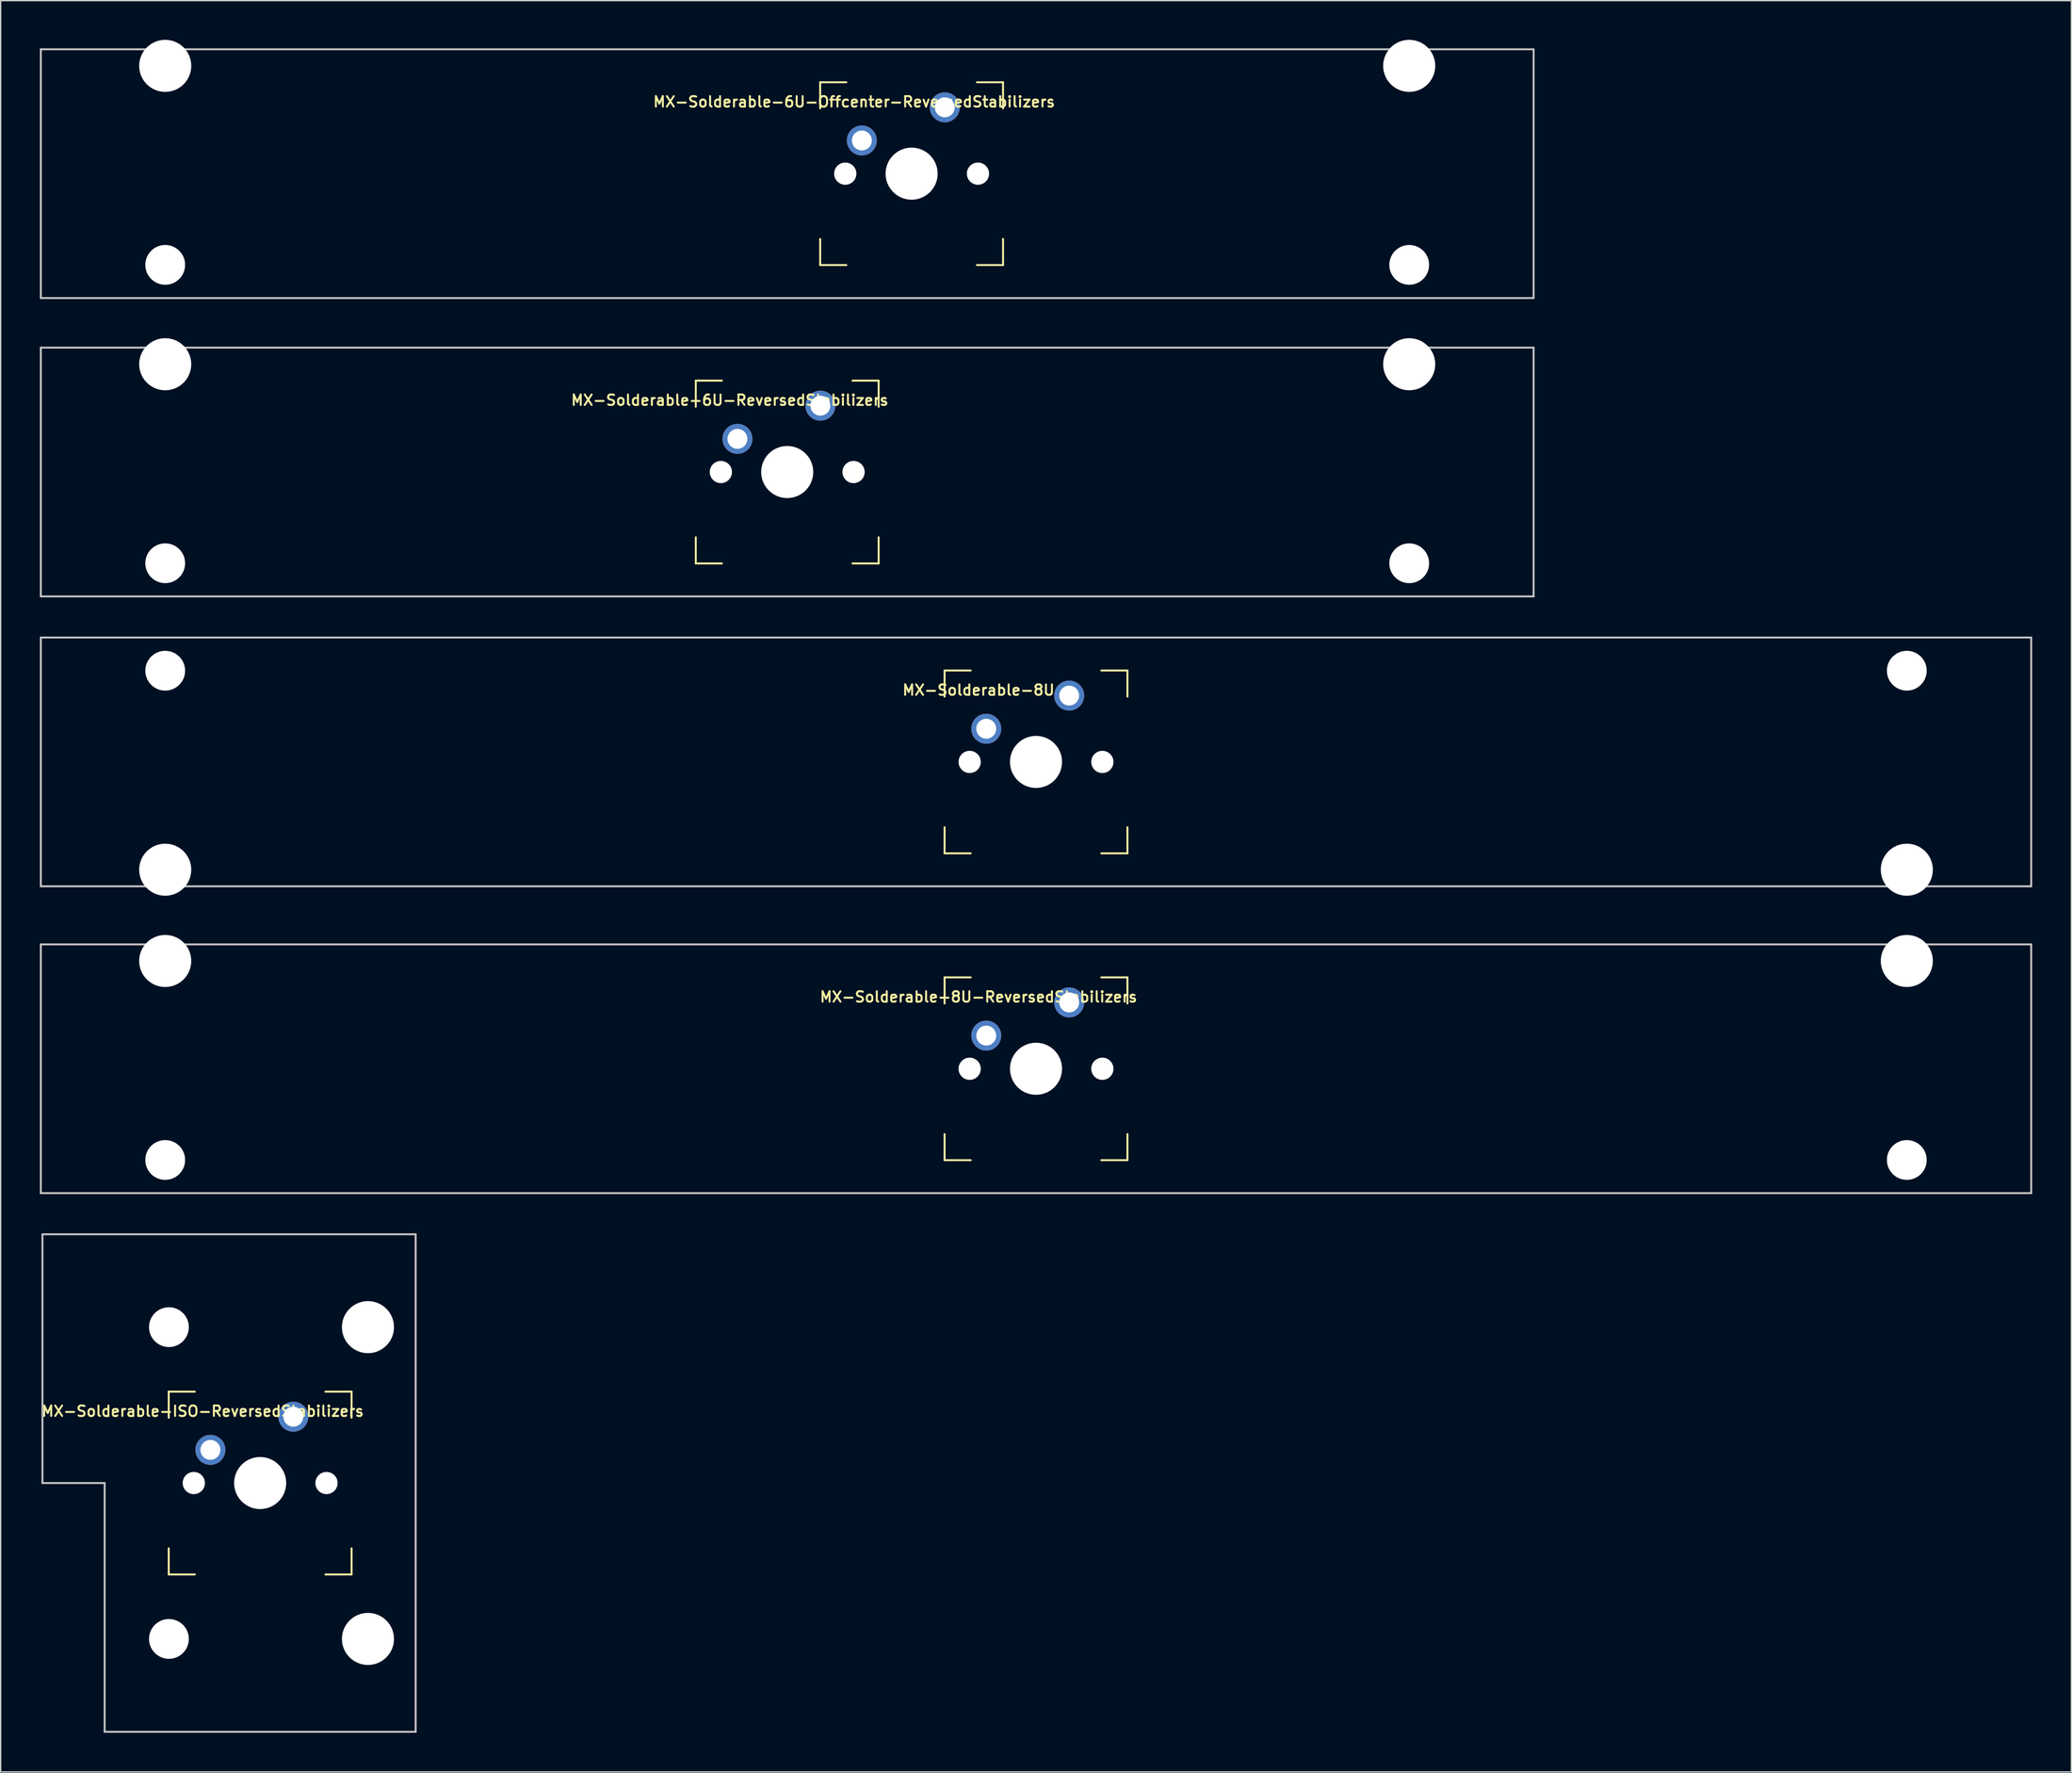
<source format=kicad_pcb>
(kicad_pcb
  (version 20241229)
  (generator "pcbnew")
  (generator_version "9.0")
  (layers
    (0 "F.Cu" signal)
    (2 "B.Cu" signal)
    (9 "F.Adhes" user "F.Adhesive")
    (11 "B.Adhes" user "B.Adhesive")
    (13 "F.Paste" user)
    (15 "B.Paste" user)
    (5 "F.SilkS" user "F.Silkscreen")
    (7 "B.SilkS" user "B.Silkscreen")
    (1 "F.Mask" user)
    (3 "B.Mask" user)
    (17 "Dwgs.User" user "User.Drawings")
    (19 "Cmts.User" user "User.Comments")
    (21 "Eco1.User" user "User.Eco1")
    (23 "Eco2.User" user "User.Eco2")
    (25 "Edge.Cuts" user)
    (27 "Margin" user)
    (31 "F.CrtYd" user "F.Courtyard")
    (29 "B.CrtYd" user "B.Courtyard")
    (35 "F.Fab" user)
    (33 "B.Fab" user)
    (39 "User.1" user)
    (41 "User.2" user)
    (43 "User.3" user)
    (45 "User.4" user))
  (footprint "MX-Solderable-6U-Offcenter-ReversedStabilizers"
    (layer "F.Cu")
    (at 66.75 10.249)
    (property "Reference" "MX-Solderable-6U-Offcenter-ReversedStabilizers" (at -4.4 -5.5 0) (layer "F.SilkS") (effects (font (size 0.8 0.8) (thickness 0.15))))
    (attr through_hole)
    (fp_line (start -7 -7) (end -7 -5) (stroke (width 0.15) (type solid)) (layer "F.SilkS"))
    (fp_line (start -7 5) (end -7 7) (stroke (width 0.15) (type solid)) (layer "F.SilkS"))
    (fp_line (start -7 7) (end -5 7) (stroke (width 0.15) (type solid)) (layer "F.SilkS"))
    (fp_line (start -5 -7) (end -7 -7) (stroke (width 0.15) (type solid)) (layer "F.SilkS"))
    (fp_line (start 5 -7) (end 7 -7) (stroke (width 0.15) (type solid)) (layer "F.SilkS"))
    (fp_line (start 5 7) (end 7 7) (stroke (width 0.15) (type solid)) (layer "F.SilkS"))
    (fp_line (start 7 -7) (end 7 -5) (stroke (width 0.15) (type solid)) (layer "F.SilkS"))
    (fp_line (start 7 7) (end 7 5) (stroke (width 0.15) (type solid)) (layer "F.SilkS"))
    (fp_line (start -66.675 -9.525) (end 47.625 -9.525) (stroke (width 0.15) (type solid)) (layer "Dwgs.User"))
    (fp_line (start -66.675 9.525) (end -66.675 -9.525) (stroke (width 0.15) (type solid)) (layer "Dwgs.User"))
    (fp_line (start -66.675 9.525) (end 47.625 9.525) (stroke (width 0.15) (type solid)) (layer "Dwgs.User"))
    (fp_line (start 47.625 9.525) (end 47.625 -9.525) (stroke (width 0.15) (type solid)) (layer "Dwgs.User"))
    (pad "" np_thru_hole circle (at -57.15 -8.255) (size 3.988 3.988) (drill 3.988) (layers "*.Cu" "*.Mask"))
    (pad "" np_thru_hole circle (at -57.15 6.985) (size 3.048 3.048) (drill 3.048) (layers "*.Cu" "*.Mask"))
    (pad "" np_thru_hole circle (at -5.08 0 48.099) (size 1.702 1.702) (drill 1.702) (layers "*.Cu" "*.Mask"))
    (pad "" np_thru_hole circle (at 0 0) (size 3.988 3.988) (drill 3.988) (layers "*.Cu" "*.Mask"))
    (pad "" np_thru_hole circle (at 5.08 0 48.099) (size 1.702 1.702) (drill 1.702) (layers "*.Cu" "*.Mask"))
    (pad "" np_thru_hole circle (at 38.1 -8.255) (size 3.988 3.988) (drill 3.988) (layers "*.Cu" "*.Mask"))
    (pad "" np_thru_hole circle (at 38.1 6.985) (size 3.048 3.048) (drill 3.048) (layers "*.Cu" "*.Mask"))
    (pad "1" thru_hole circle (at -3.81 -2.54) (size 2.3 2.3) (drill 1.524) (layers "*.Cu" "B.Mask"))
    (pad "2" thru_hole circle (at 2.54 -5.08) (size 2.3 2.3) (drill 1.524) (layers "*.Cu" "B.Mask")))
  (footprint "MX-Solderable-ISO-ReversedStabilizers"
    (layer "F.Cu")
    (at 16.869 110.521)
    (property "Reference" "MX-Solderable-ISO-ReversedStabilizers" (at -4.4 -5.5 0) (layer "F.SilkS") (effects (font (size 0.8 0.8) (thickness 0.15))))
    (attr through_hole)
    (fp_line (start -7 -7) (end -7 -5) (stroke (width 0.15) (type solid)) (layer "F.SilkS"))
    (fp_line (start -7 5) (end -7 7) (stroke (width 0.15) (type solid)) (layer "F.SilkS"))
    (fp_line (start -7 7) (end -5 7) (stroke (width 0.15) (type solid)) (layer "F.SilkS"))
    (fp_line (start -5 -7) (end -7 -7) (stroke (width 0.15) (type solid)) (layer "F.SilkS"))
    (fp_line (start 5 -7) (end 7 -7) (stroke (width 0.15) (type solid)) (layer "F.SilkS"))
    (fp_line (start 5 7) (end 7 7) (stroke (width 0.15) (type solid)) (layer "F.SilkS"))
    (fp_line (start 7 -7) (end 7 -5) (stroke (width 0.15) (type solid)) (layer "F.SilkS"))
    (fp_line (start 7 7) (end 7 5) (stroke (width 0.15) (type solid)) (layer "F.SilkS"))
    (fp_line (start -16.669 -19.05) (end -16.669 0) (stroke (width 0.15) (type solid)) (layer "Dwgs.User"))
    (fp_line (start -16.669 -19.05) (end 11.906 -19.05) (stroke (width 0.15) (type solid)) (layer "Dwgs.User"))
    (fp_line (start -11.906 0) (end -16.669 0) (stroke (width 0.15) (type solid)) (layer "Dwgs.User"))
    (fp_line (start -11.906 19.05) (end -11.906 0) (stroke (width 0.15) (type solid)) (layer "Dwgs.User"))
    (fp_line (start -11.906 19.05) (end 11.906 19.05) (stroke (width 0.15) (type solid)) (layer "Dwgs.User"))
    (fp_line (start 11.906 -19.05) (end 11.906 19.05) (stroke (width 0.15) (type solid)) (layer "Dwgs.User"))
    (pad "" np_thru_hole circle (at -6.985 -11.938) (size 3.048 3.048) (drill 3.048) (layers "*.Cu" "*.Mask"))
    (pad "" np_thru_hole circle (at -6.985 11.938) (size 3.048 3.048) (drill 3.048) (layers "*.Cu" "*.Mask"))
    (pad "" np_thru_hole circle (at -5.08 0 48.099) (size 1.702 1.702) (drill 1.702) (layers "*.Cu" "*.Mask"))
    (pad "" np_thru_hole circle (at 0 0) (size 3.988 3.988) (drill 3.988) (layers "*.Cu" "*.Mask"))
    (pad "" np_thru_hole circle (at 5.08 0 48.099) (size 1.702 1.702) (drill 1.702) (layers "*.Cu" "*.Mask"))
    (pad "" np_thru_hole circle (at 8.255 -11.938) (size 3.988 3.988) (drill 3.988) (layers "*.Cu" "*.Mask"))
    (pad "" np_thru_hole circle (at 8.255 11.938) (size 3.988 3.988) (drill 3.988) (layers "*.Cu" "*.Mask"))
    (pad "1" thru_hole circle (at -3.81 -2.54) (size 2.3 2.3) (drill 1.524) (layers "*.Cu" "B.Mask"))
    (pad "2" thru_hole circle (at 2.54 -5.08) (size 2.3 2.3) (drill 1.524) (layers "*.Cu" "B.Mask")))
  (footprint "MX-Solderable-6U-ReversedStabilizers"
    (layer "F.Cu")
    (at 57.225 33.098)
    (property "Reference" "MX-Solderable-6U-ReversedStabilizers" (at -4.4 -5.5 0) (layer "F.SilkS") (effects (font (size 0.8 0.8) (thickness 0.15))))
    (attr through_hole)
    (fp_line (start -7 -7) (end -7 -5) (stroke (width 0.15) (type solid)) (layer "F.SilkS"))
    (fp_line (start -7 5) (end -7 7) (stroke (width 0.15) (type solid)) (layer "F.SilkS"))
    (fp_line (start -7 7) (end -5 7) (stroke (width 0.15) (type solid)) (layer "F.SilkS"))
    (fp_line (start -5 -7) (end -7 -7) (stroke (width 0.15) (type solid)) (layer "F.SilkS"))
    (fp_line (start 5 -7) (end 7 -7) (stroke (width 0.15) (type solid)) (layer "F.SilkS"))
    (fp_line (start 5 7) (end 7 7) (stroke (width 0.15) (type solid)) (layer "F.SilkS"))
    (fp_line (start 7 -7) (end 7 -5) (stroke (width 0.15) (type solid)) (layer "F.SilkS"))
    (fp_line (start 7 7) (end 7 5) (stroke (width 0.15) (type solid)) (layer "F.SilkS"))
    (fp_line (start -57.15 9.525) (end -57.15 -9.525) (stroke (width 0.15) (type solid)) (layer "Dwgs.User"))
    (fp_line (start 57.15 -9.525) (end -57.15 -9.525) (stroke (width 0.15) (type solid)) (layer "Dwgs.User"))
    (fp_line (start 57.15 9.525) (end -57.15 9.525) (stroke (width 0.15) (type solid)) (layer "Dwgs.User"))
    (fp_line (start 57.15 9.525) (end 57.15 -9.525) (stroke (width 0.15) (type solid)) (layer "Dwgs.User"))
    (pad "" np_thru_hole circle (at -47.625 -8.255) (size 3.988 3.988) (drill 3.988) (layers "*.Cu" "*.Mask"))
    (pad "" np_thru_hole circle (at -47.625 6.985) (size 3.048 3.048) (drill 3.048) (layers "*.Cu" "*.Mask"))
    (pad "" np_thru_hole circle (at -5.08 0 48.099) (size 1.702 1.702) (drill 1.702) (layers "*.Cu" "*.Mask"))
    (pad "" np_thru_hole circle (at 0 0) (size 3.988 3.988) (drill 3.988) (layers "*.Cu" "*.Mask"))
    (pad "" np_thru_hole circle (at 5.08 0 48.099) (size 1.702 1.702) (drill 1.702) (layers "*.Cu" "*.Mask"))
    (pad "" np_thru_hole circle (at 47.625 -8.255) (size 3.988 3.988) (drill 3.988) (layers "*.Cu" "*.Mask"))
    (pad "" np_thru_hole circle (at 47.625 6.985) (size 3.048 3.048) (drill 3.048) (layers "*.Cu" "*.Mask"))
    (pad "1" thru_hole circle (at -3.81 -2.54) (size 2.3 2.3) (drill 1.524) (layers "*.Cu" "B.Mask"))
    (pad "2" thru_hole circle (at 2.54 -5.08) (size 2.3 2.3) (drill 1.524) (layers "*.Cu" "B.Mask")))
  (footprint "MX-Solderable-8U"
    (layer "F.Cu")
    (at 76.275 55.298)
    (property "Reference" "MX-Solderable-8U" (at -4.4 -5.5 0) (layer "F.SilkS") (effects (font (size 0.8 0.8) (thickness 0.15))))
    (attr through_hole)
    (fp_line (start -7 -7) (end -7 -5) (stroke (width 0.15) (type solid)) (layer "F.SilkS"))
    (fp_line (start -7 5) (end -7 7) (stroke (width 0.15) (type solid)) (layer "F.SilkS"))
    (fp_line (start -7 7) (end -5 7) (stroke (width 0.15) (type solid)) (layer "F.SilkS"))
    (fp_line (start -5 -7) (end -7 -7) (stroke (width 0.15) (type solid)) (layer "F.SilkS"))
    (fp_line (start 5 -7) (end 7 -7) (stroke (width 0.15) (type solid)) (layer "F.SilkS"))
    (fp_line (start 5 7) (end 7 7) (stroke (width 0.15) (type solid)) (layer "F.SilkS"))
    (fp_line (start 7 -7) (end 7 -5) (stroke (width 0.15) (type solid)) (layer "F.SilkS"))
    (fp_line (start 7 7) (end 7 5) (stroke (width 0.15) (type solid)) (layer "F.SilkS"))
    (fp_line (start -76.2 9.525) (end -76.2 -9.525) (stroke (width 0.15) (type solid)) (layer "Dwgs.User"))
    (fp_line (start 76.2 -9.525) (end -76.2 -9.525) (stroke (width 0.15) (type solid)) (layer "Dwgs.User"))
    (fp_line (start 76.2 9.525) (end -76.2 9.525) (stroke (width 0.15) (type solid)) (layer "Dwgs.User"))
    (fp_line (start 76.2 9.525) (end 76.2 -9.525) (stroke (width 0.15) (type solid)) (layer "Dwgs.User"))
    (pad "" np_thru_hole circle (at -66.675 -6.985) (size 3.048 3.048) (drill 3.048) (layers "*.Cu" "*.Mask"))
    (pad "" np_thru_hole circle (at -66.675 8.255) (size 3.988 3.988) (drill 3.988) (layers "*.Cu" "*.Mask"))
    (pad "" np_thru_hole circle (at -5.08 0 48.099) (size 1.702 1.702) (drill 1.702) (layers "*.Cu" "*.Mask"))
    (pad "" np_thru_hole circle (at 0 0) (size 3.988 3.988) (drill 3.988) (layers "*.Cu" "*.Mask"))
    (pad "" np_thru_hole circle (at 5.08 0 48.099) (size 1.702 1.702) (drill 1.702) (layers "*.Cu" "*.Mask"))
    (pad "" np_thru_hole circle (at 66.675 -6.985) (size 3.048 3.048) (drill 3.048) (layers "*.Cu" "*.Mask"))
    (pad "" np_thru_hole circle (at 66.675 8.255) (size 3.988 3.988) (drill 3.988) (layers "*.Cu" "*.Mask"))
    (pad "1" thru_hole circle (at -3.81 -2.54) (size 2.3 2.3) (drill 1.524) (layers "*.Cu" "B.Mask"))
    (pad "2" thru_hole circle (at 2.54 -5.08) (size 2.3 2.3) (drill 1.524) (layers "*.Cu" "B.Mask")))
  (footprint "MX-Solderable-8U-ReversedStabilizers"
    (layer "F.Cu")
    (at 76.275 78.796)
    (property "Reference" "MX-Solderable-8U-ReversedStabilizers" (at -4.4 -5.5 0) (layer "F.SilkS") (effects (font (size 0.8 0.8) (thickness 0.15))))
    (attr through_hole)
    (fp_line (start -7 -7) (end -7 -5) (stroke (width 0.15) (type solid)) (layer "F.SilkS"))
    (fp_line (start -7 5) (end -7 7) (stroke (width 0.15) (type solid)) (layer "F.SilkS"))
    (fp_line (start -7 7) (end -5 7) (stroke (width 0.15) (type solid)) (layer "F.SilkS"))
    (fp_line (start -5 -7) (end -7 -7) (stroke (width 0.15) (type solid)) (layer "F.SilkS"))
    (fp_line (start 5 -7) (end 7 -7) (stroke (width 0.15) (type solid)) (layer "F.SilkS"))
    (fp_line (start 5 7) (end 7 7) (stroke (width 0.15) (type solid)) (layer "F.SilkS"))
    (fp_line (start 7 -7) (end 7 -5) (stroke (width 0.15) (type solid)) (layer "F.SilkS"))
    (fp_line (start 7 7) (end 7 5) (stroke (width 0.15) (type solid)) (layer "F.SilkS"))
    (fp_line (start -76.2 9.525) (end -76.2 -9.525) (stroke (width 0.15) (type solid)) (layer "Dwgs.User"))
    (fp_line (start 76.2 -9.525) (end -76.2 -9.525) (stroke (width 0.15) (type solid)) (layer "Dwgs.User"))
    (fp_line (start 76.2 9.525) (end -76.2 9.525) (stroke (width 0.15) (type solid)) (layer "Dwgs.User"))
    (fp_line (start 76.2 9.525) (end 76.2 -9.525) (stroke (width 0.15) (type solid)) (layer "Dwgs.User"))
    (pad "" np_thru_hole circle (at -66.675 -8.255) (size 3.988 3.988) (drill 3.988) (layers "*.Cu" "*.Mask"))
    (pad "" np_thru_hole circle (at -66.675 6.985) (size 3.048 3.048) (drill 3.048) (layers "*.Cu" "*.Mask"))
    (pad "" np_thru_hole circle (at -5.08 0 48.099) (size 1.702 1.702) (drill 1.702) (layers "*.Cu" "*.Mask"))
    (pad "" np_thru_hole circle (at 0 0) (size 3.988 3.988) (drill 3.988) (layers "*.Cu" "*.Mask"))
    (pad "" np_thru_hole circle (at 5.08 0 48.099) (size 1.702 1.702) (drill 1.702) (layers "*.Cu" "*.Mask"))
    (pad "" np_thru_hole circle (at 66.675 -8.255) (size 3.988 3.988) (drill 3.988) (layers "*.Cu" "*.Mask"))
    (pad "" np_thru_hole circle (at 66.675 6.985) (size 3.048 3.048) (drill 3.048) (layers "*.Cu" "*.Mask"))
    (pad "1" thru_hole circle (at -3.81 -2.54) (size 2.3 2.3) (drill 1.524) (layers "*.Cu" "B.Mask"))
    (pad "2" thru_hole circle (at 2.54 -5.08) (size 2.3 2.3) (drill 1.524) (layers "*.Cu" "B.Mask")))
  (gr_rect
    (start -3 -3)
    (end 155.55 132.646)
    (stroke (width 0.1) (type default))
    (fill no)
    (layer "Edge.Cuts")))
</source>
